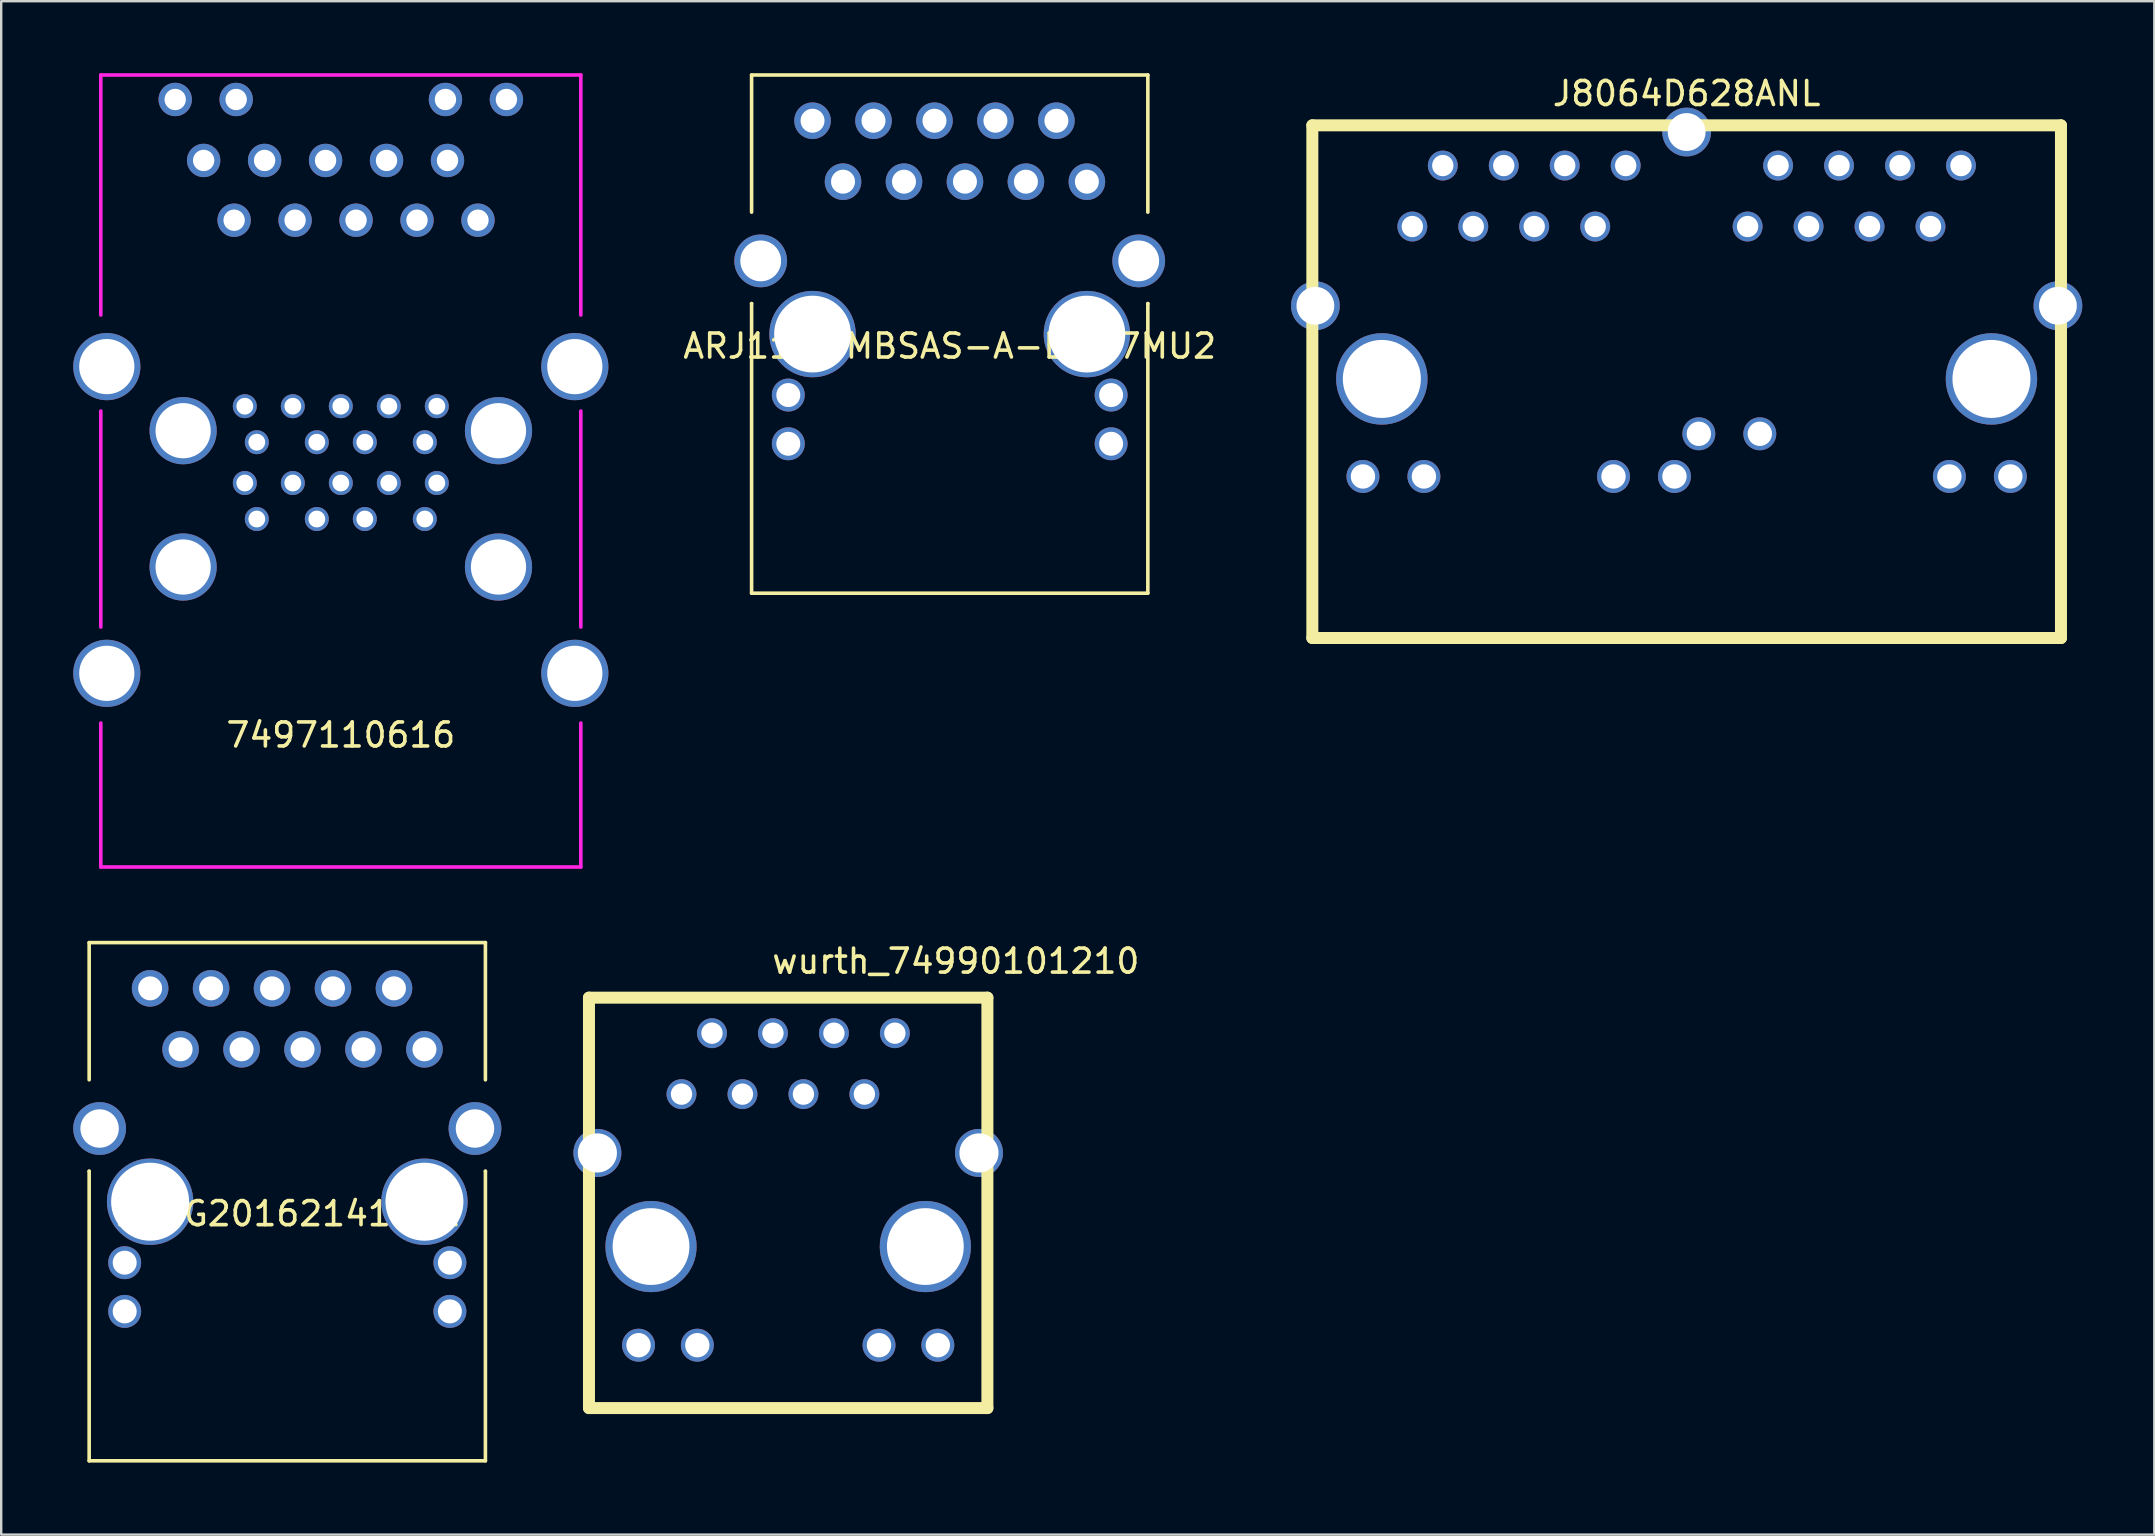
<source format=kicad_pcb>
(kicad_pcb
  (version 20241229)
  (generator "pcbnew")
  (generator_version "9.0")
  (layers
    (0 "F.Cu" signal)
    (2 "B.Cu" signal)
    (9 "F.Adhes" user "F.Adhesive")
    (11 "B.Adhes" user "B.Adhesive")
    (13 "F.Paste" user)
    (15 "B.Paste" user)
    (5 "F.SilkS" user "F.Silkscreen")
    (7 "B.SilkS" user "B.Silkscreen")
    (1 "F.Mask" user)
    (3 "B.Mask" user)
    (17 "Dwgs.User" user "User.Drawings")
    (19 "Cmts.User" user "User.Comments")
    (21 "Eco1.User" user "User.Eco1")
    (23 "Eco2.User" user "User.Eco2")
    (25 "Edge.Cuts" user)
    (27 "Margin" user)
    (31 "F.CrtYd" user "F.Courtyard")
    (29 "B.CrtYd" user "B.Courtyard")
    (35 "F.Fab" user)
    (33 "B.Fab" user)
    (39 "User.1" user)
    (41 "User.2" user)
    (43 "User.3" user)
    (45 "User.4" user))
  (footprint "RJMG20162141BER"
    (layer "F.Cu")
    (at 8.92 47.02)
    (property "Reference" "RJMG20162141BER" (at 0 0.5 0) (layer "F.SilkS") (effects (font (size 1 1) (thickness 0.15))))
    (attr through_hole)
    (fp_line (start -8.255 -5.08) (end -8.255 -10.795) (stroke (width 0.15) (type solid)) (layer "F.SilkS"))
    (fp_line (start -8.255 -1.27) (end -8.255 -1.27) (stroke (width 0.15) (type solid)) (layer "F.SilkS"))
    (fp_line (start -8.255 10.795) (end -8.255 -1.27) (stroke (width 0.15) (type solid)) (layer "F.SilkS"))
    (fp_line (start 8.255 -10.795) (end -8.255 -10.795) (stroke (width 0.15) (type solid)) (layer "F.SilkS"))
    (fp_line (start 8.255 -5.08) (end 8.255 -10.795) (stroke (width 0.15) (type solid)) (layer "F.SilkS"))
    (fp_line (start 8.255 -1.27) (end 8.255 -1.27) (stroke (width 0.15) (type solid)) (layer "F.SilkS"))
    (fp_line (start 8.255 10.795) (end -8.255 10.795) (stroke (width 0.15) (type solid)) (layer "F.SilkS"))
    (fp_line (start 8.255 10.795) (end 8.255 -1.27) (stroke (width 0.15) (type solid)) (layer "F.SilkS"))
    (pad "1" thru_hole circle (at -5.715 -8.89) (size 1.524 1.524) (drill 1) (layers "*.Cu" "*.Mask"))
    (pad "2" thru_hole circle (at -4.445 -6.35) (size 1.524 1.524) (drill 1) (layers "*.Cu" "*.Mask"))
    (pad "3" thru_hole circle (at -3.175 -8.89) (size 1.524 1.524) (drill 1) (layers "*.Cu" "*.Mask"))
    (pad "4" thru_hole circle (at -1.905 -6.35) (size 1.524 1.524) (drill 1) (layers "*.Cu" "*.Mask"))
    (pad "5" thru_hole circle (at -0.635 -8.89) (size 1.524 1.524) (drill 1) (layers "*.Cu" "*.Mask"))
    (pad "6" thru_hole circle (at 0.635 -6.35) (size 1.524 1.524) (drill 1) (layers "*.Cu" "*.Mask"))
    (pad "7" thru_hole circle (at 1.905 -8.89) (size 1.524 1.524) (drill 1) (layers "*.Cu" "*.Mask"))
    (pad "8" thru_hole circle (at 3.175 -6.35) (size 1.524 1.524) (drill 1) (layers "*.Cu" "*.Mask"))
    (pad "9" thru_hole circle (at 4.445 -8.89) (size 1.524 1.524) (drill 1) (layers "*.Cu" "*.Mask"))
    (pad "10" thru_hole circle (at 5.715 -6.35) (size 1.524 1.524) (drill 1) (layers "*.Cu" "*.Mask"))
    (pad "11" thru_hole circle (at -6.775 2.54) (size 1.372 1.372) (drill 1) (layers "*.Cu" "*.Mask"))
    (pad "12" thru_hole circle (at -6.775 4.57) (size 1.372 1.372) (drill 1) (layers "*.Cu" "*.Mask"))
    (pad "13" thru_hole circle (at 6.775 2.54) (size 1.372 1.372) (drill 1) (layers "*.Cu" "*.Mask"))
    (pad "14" thru_hole circle (at 6.775 4.57) (size 1.372 1.372) (drill 1) (layers "*.Cu" "*.Mask"))
    (pad "MNT" thru_hole circle (at -5.715 0) (size 3.6 3.6) (drill 3.25) (layers "*.Cu" "*.Mask"))
    (pad "MNT" thru_hole circle (at 5.715 0) (size 3.6 3.6) (drill 3.25) (layers "*.Cu" "*.Mask"))
    (pad "SHLD" thru_hole circle (at -7.82 -3.05) (size 2.2 2.2) (drill 1.6) (layers "*.Cu" "*.Mask"))
    (pad "SHLD" thru_hole circle (at 7.82 -3.05) (size 2.2 2.2) (drill 1.6) (layers "*.Cu" "*.Mask")))
  (footprint "ARJ11C-MBSAS-A-BA-7MU2"
    (layer "F.Cu")
    (at 36.52 10.87)
    (property "Reference" "ARJ11C-MBSAS-A-BA-7MU2" (at 0 0.5 0) (layer "F.SilkS") (effects (font (size 1 1) (thickness 0.15))))
    (attr through_hole)
    (fp_line (start -8.255 -5.08) (end -8.255 -10.795) (stroke (width 0.15) (type solid)) (layer "F.SilkS"))
    (fp_line (start -8.255 -1.27) (end -8.255 -1.27) (stroke (width 0.15) (type solid)) (layer "F.SilkS"))
    (fp_line (start -8.255 10.795) (end -8.255 -1.27) (stroke (width 0.15) (type solid)) (layer "F.SilkS"))
    (fp_line (start 8.255 -10.795) (end -8.255 -10.795) (stroke (width 0.15) (type solid)) (layer "F.SilkS"))
    (fp_line (start 8.255 -5.08) (end 8.255 -10.795) (stroke (width 0.15) (type solid)) (layer "F.SilkS"))
    (fp_line (start 8.255 -1.27) (end 8.255 -1.27) (stroke (width 0.15) (type solid)) (layer "F.SilkS"))
    (fp_line (start 8.255 10.795) (end -8.255 10.795) (stroke (width 0.15) (type solid)) (layer "F.SilkS"))
    (fp_line (start 8.255 10.795) (end 8.255 -1.27) (stroke (width 0.15) (type solid)) (layer "F.SilkS"))
    (pad "1" thru_hole circle (at 5.715 -6.35) (size 1.524 1.524) (drill 1) (layers "*.Cu" "*.Mask"))
    (pad "2" thru_hole circle (at 4.445 -8.89) (size 1.524 1.524) (drill 1) (layers "*.Cu" "*.Mask"))
    (pad "3" thru_hole circle (at 3.175 -6.35) (size 1.524 1.524) (drill 1) (layers "*.Cu" "*.Mask"))
    (pad "4" thru_hole circle (at 1.905 -8.89) (size 1.524 1.524) (drill 1) (layers "*.Cu" "*.Mask"))
    (pad "5" thru_hole circle (at 0.635 -6.35) (size 1.524 1.524) (drill 1) (layers "*.Cu" "*.Mask"))
    (pad "6" thru_hole circle (at -0.635 -8.89) (size 1.524 1.524) (drill 1) (layers "*.Cu" "*.Mask"))
    (pad "7" thru_hole circle (at -1.905 -6.35) (size 1.524 1.524) (drill 1) (layers "*.Cu" "*.Mask"))
    (pad "8" thru_hole circle (at -3.175 -8.89) (size 1.524 1.524) (drill 1) (layers "*.Cu" "*.Mask"))
    (pad "9" thru_hole circle (at -4.445 -6.35) (size 1.524 1.524) (drill 1) (layers "*.Cu" "*.Mask"))
    (pad "10" thru_hole circle (at -5.715 -8.89) (size 1.524 1.524) (drill 1) (layers "*.Cu" "*.Mask"))
    (pad "11" thru_hole circle (at 6.725 2.54) (size 1.372 1.372) (drill 1) (layers "*.Cu" "*.Mask"))
    (pad "12" thru_hole circle (at 6.725 4.57) (size 1.372 1.372) (drill 1) (layers "*.Cu" "*.Mask"))
    (pad "13" thru_hole circle (at -6.725 2.54) (size 1.372 1.372) (drill 1) (layers "*.Cu" "*.Mask"))
    (pad "14" thru_hole circle (at -6.725 4.57) (size 1.372 1.372) (drill 1) (layers "*.Cu" "*.Mask"))
    (pad "MNT" thru_hole circle (at -5.715 0) (size 3.6 3.6) (drill 3.2) (layers "*.Cu" "*.Mask"))
    (pad "MNT" thru_hole circle (at 5.715 0) (size 3.6 3.6) (drill 3.2) (layers "*.Cu" "*.Mask"))
    (pad "SHLD" thru_hole circle (at -7.875 -3.05) (size 2.2 2.2) (drill 1.7) (layers "*.Cu" "*.Mask"))
    (pad "SHLD" thru_hole circle (at 7.875 -3.05) (size 2.2 2.2) (drill 1.7) (layers "*.Cu" "*.Mask")))
  (footprint "J8064D628ANL"
    (layer "F.Cu")
    (at 67.225 3.848)
    (property "Reference" "J8064D628ANL" (at 0 -3 0) (layer "F.SilkS") (effects (font (size 1 1) (thickness 0.15))))
    (attr through_hole)
    (fp_line (start -15.596 -1.676) (end 15.596 -1.676) (stroke (width 0.5) (type solid)) (layer "F.SilkS"))
    (fp_line (start -15.596 19.685) (end -15.596 -1.676) (stroke (width 0.5) (type solid)) (layer "F.SilkS"))
    (fp_line (start 15.596 -1.676) (end 15.596 19.685) (stroke (width 0.5) (type solid)) (layer "F.SilkS"))
    (fp_line (start 15.596 19.685) (end -15.596 19.685) (stroke (width 0.5) (type solid)) (layer "F.SilkS"))
    (pad "1A" thru_hole circle (at -11.43 2.54) (size 1.245 1.245) (drill 0.889) (layers "*.Cu" "*.Mask"))
    (pad "1B" thru_hole circle (at 2.54 2.54) (size 1.245 1.245) (drill 0.889) (layers "*.Cu" "*.Mask"))
    (pad "2A" thru_hole circle (at -10.16 0) (size 1.245 1.245) (drill 0.889) (layers "*.Cu" "*.Mask"))
    (pad "2B" thru_hole circle (at 3.81 0) (size 1.245 1.245) (drill 0.889) (layers "*.Cu" "*.Mask"))
    (pad "3A" thru_hole circle (at -8.89 2.54) (size 1.245 1.245) (drill 0.889) (layers "*.Cu" "*.Mask"))
    (pad "3B" thru_hole circle (at 5.08 2.54) (size 1.245 1.245) (drill 0.889) (layers "*.Cu" "*.Mask"))
    (pad "4A" thru_hole circle (at -7.62 0) (size 1.245 1.245) (drill 0.889) (layers "*.Cu" "*.Mask"))
    (pad "4B" thru_hole circle (at 6.35 0) (size 1.245 1.245) (drill 0.889) (layers "*.Cu" "*.Mask"))
    (pad "5A" thru_hole circle (at -6.35 2.54) (size 1.245 1.245) (drill 0.889) (layers "*.Cu" "*.Mask"))
    (pad "5B" thru_hole circle (at 7.62 2.54) (size 1.245 1.245) (drill 0.889) (layers "*.Cu" "*.Mask"))
    (pad "6A" thru_hole circle (at -5.08 0) (size 1.245 1.245) (drill 0.889) (layers "*.Cu" "*.Mask"))
    (pad "6B" thru_hole circle (at 8.89 0) (size 1.245 1.245) (drill 0.889) (layers "*.Cu" "*.Mask"))
    (pad "7A" thru_hole circle (at -3.81 2.54) (size 1.245 1.245) (drill 0.889) (layers "*.Cu" "*.Mask"))
    (pad "7B" thru_hole circle (at 10.16 2.54) (size 1.245 1.245) (drill 0.889) (layers "*.Cu" "*.Mask"))
    (pad "8A" thru_hole circle (at -2.54 0) (size 1.245 1.245) (drill 0.889) (layers "*.Cu" "*.Mask"))
    (pad "8B" thru_hole circle (at 11.43 0) (size 1.245 1.245) (drill 0.889) (layers "*.Cu" "*.Mask"))
    (pad "9A" thru_hole circle (at -13.487 12.954) (size 1.372 1.372) (drill 1.016) (layers "*.Cu" "*.Mask"))
    (pad "9B" thru_hole circle (at 0.508 11.176) (size 1.372 1.372) (drill 1.016) (layers "*.Cu" "*.Mask"))
    (pad "10A" thru_hole circle (at -10.947 12.954) (size 1.372 1.372) (drill 1.016) (layers "*.Cu" "*.Mask"))
    (pad "10B" thru_hole circle (at 3.048 11.176) (size 1.372 1.372) (drill 1.016) (layers "*.Cu" "*.Mask"))
    (pad "11A" thru_hole circle (at -3.048 12.954) (size 1.372 1.372) (drill 1.016) (layers "*.Cu" "*.Mask"))
    (pad "11B" thru_hole circle (at 10.947 12.954) (size 1.372 1.372) (drill 1.016) (layers "*.Cu" "*.Mask"))
    (pad "12A" thru_hole circle (at -0.508 12.954) (size 1.372 1.372) (drill 1.016) (layers "*.Cu" "*.Mask"))
    (pad "12B" thru_hole circle (at 13.487 12.954) (size 1.372 1.372) (drill 1.016) (layers "*.Cu" "*.Mask"))
    (pad "MNT" thru_hole circle (at -15.469 5.842) (size 2.032 2.032) (drill 1.575) (layers "*.Cu" "*.Mask"))
    (pad "MNT" thru_hole circle (at -12.7 8.89) (size 3.81 3.81) (drill 3.251) (layers "*.Cu" "*.Mask"))
    (pad "MNT" thru_hole circle (at 0 -1.397) (size 2.032 2.032) (drill 1.575) (layers "*.Cu" "*.Mask"))
    (pad "MNT" thru_hole circle (at 12.7 8.89) (size 3.81 3.81) (drill 3.251) (layers "*.Cu" "*.Mask"))
    (pad "MNT" thru_hole circle (at 15.469 5.842) (size 2.032 2.032) (drill 1.575) (layers "*.Cu" "*.Mask")))
  (footprint "7497110616"
    (layer "F.Cu")
    (at 11.15 20.575)
    (property "Reference" "7497110616" (at 0 7 0) (layer "F.SilkS") (effects (font (size 1 1) (thickness 0.15))))
    (attr through_hole)
    (fp_line (start -10 -20.5) (end -10 -10.5) (stroke (width 0.15) (type solid)) (layer "F.CrtYd"))
    (fp_line (start -10 -6.5) (end -10 2.5) (stroke (width 0.15) (type solid)) (layer "F.CrtYd"))
    (fp_line (start -10 12.5) (end -10 6.5) (stroke (width 0.15) (type solid)) (layer "F.CrtYd"))
    (fp_line (start 10 -20.5) (end -10 -20.5) (stroke (width 0.15) (type solid)) (layer "F.CrtYd"))
    (fp_line (start 10 -10.5) (end 10 -20.5) (stroke (width 0.15) (type solid)) (layer "F.CrtYd"))
    (fp_line (start 10 2.5) (end 10 -6.5) (stroke (width 0.15) (type solid)) (layer "F.CrtYd"))
    (fp_line (start 10 12.5) (end -10 12.5) (stroke (width 0.15) (type solid)) (layer "F.CrtYd"))
    (fp_line (start 10 12.5) (end 10 6.5) (stroke (width 0.15) (type solid)) (layer "F.CrtYd"))
    (pad "1" thru_hole circle (at 5.715 -14.45) (size 1.39 1.39) (drill 0.89) (layers "*.Cu" "*.Mask"))
    (pad "2" thru_hole circle (at 4.445 -16.94) (size 1.39 1.39) (drill 0.89) (layers "*.Cu" "*.Mask"))
    (pad "3" thru_hole circle (at 3.175 -14.45) (size 1.39 1.39) (drill 0.89) (layers "*.Cu" "*.Mask"))
    (pad "4" thru_hole circle (at 1.905 -16.94) (size 1.39 1.39) (drill 0.89) (layers "*.Cu" "*.Mask"))
    (pad "5" thru_hole circle (at 0.635 -14.45) (size 1.39 1.39) (drill 0.89) (layers "*.Cu" "*.Mask"))
    (pad "6" thru_hole circle (at -0.635 -16.94) (size 1.39 1.39) (drill 0.89) (layers "*.Cu" "*.Mask"))
    (pad "7" thru_hole circle (at -1.905 -14.45) (size 1.39 1.39) (drill 0.89) (layers "*.Cu" "*.Mask"))
    (pad "8" thru_hole circle (at -3.175 -16.94) (size 1.39 1.39) (drill 0.89) (layers "*.Cu" "*.Mask"))
    (pad "9" thru_hole circle (at -4.445 -14.45) (size 1.39 1.39) (drill 0.89) (layers "*.Cu" "*.Mask"))
    (pad "10" thru_hole circle (at -5.715 -16.94) (size 1.39 1.39) (drill 0.89) (layers "*.Cu" "*.Mask"))
    (pad "11" thru_hole circle (at 6.9 -19.48) (size 1.39 1.39) (drill 0.89) (layers "*.Cu" "*.Mask"))
    (pad "12" thru_hole circle (at 4.36 -19.48) (size 1.39 1.39) (drill 0.89) (layers "*.Cu" "*.Mask"))
    (pad "13" thru_hole circle (at -4.36 -19.48) (size 1.39 1.39) (drill 0.89) (layers "*.Cu" "*.Mask"))
    (pad "14" thru_hole circle (at -6.9 -19.48) (size 1.39 1.39) (drill 0.89) (layers "*.Cu" "*.Mask"))
    (pad "SHLD" thru_hole circle (at -9.75 -8.35) (size 2.8 2.8) (drill 2.3) (layers "*.Cu" "*.Mask"))
    (pad "SHLD" thru_hole circle (at -9.75 4.43) (size 2.8 2.8) (drill 2.3) (layers "*.Cu" "*.Mask"))
    (pad "SHLD" thru_hole circle (at -6.57 -5.68) (size 2.8 2.8) (drill 2.3) (layers "*.Cu" "*.Mask"))
    (pad "SHLD" thru_hole circle (at -6.57 0) (size 2.8 2.8) (drill 2.3) (layers "*.Cu" "*.Mask"))
    (pad "SHLD" thru_hole circle (at 6.57 -5.68) (size 2.8 2.8) (drill 2.3) (layers "*.Cu" "*.Mask"))
    (pad "SHLD" thru_hole circle (at 6.57 0) (size 2.8 2.8) (drill 2.3) (layers "*.Cu" "*.Mask"))
    (pad "SHLD" thru_hole circle (at 9.75 -8.35) (size 2.8 2.8) (drill 2.3) (layers "*.Cu" "*.Mask"))
    (pad "SHLD" thru_hole circle (at 9.75 4.43) (size 2.8 2.8) (drill 2.3) (layers "*.Cu" "*.Mask"))
    (pad "U1" thru_hole circle (at -3.5 -2) (size 1 1) (drill 0.7) (layers "*.Cu" "*.Mask"))
    (pad "U2" thru_hole circle (at -1 -2) (size 1 1) (drill 0.7) (layers "*.Cu" "*.Mask"))
    (pad "U3" thru_hole circle (at 1 -2) (size 1 1) (drill 0.7) (layers "*.Cu" "*.Mask"))
    (pad "U4" thru_hole circle (at 3.5 -2) (size 1 1) (drill 0.7) (layers "*.Cu" "*.Mask"))
    (pad "U5" thru_hole circle (at 4 -3.5) (size 1 1) (drill 0.7) (layers "*.Cu" "*.Mask"))
    (pad "U6" thru_hole circle (at 2 -3.5) (size 1 1) (drill 0.7) (layers "*.Cu" "*.Mask"))
    (pad "U7" thru_hole circle (at 0 -3.5) (size 1 1) (drill 0.7) (layers "*.Cu" "*.Mask"))
    (pad "U8" thru_hole circle (at -2 -3.5) (size 1 1) (drill 0.7) (layers "*.Cu" "*.Mask"))
    (pad "U9" thru_hole circle (at -4 -3.5) (size 1 1) (drill 0.7) (layers "*.Cu" "*.Mask"))
    (pad "U10" thru_hole circle (at -3.5 -5.2) (size 1 1) (drill 0.7) (layers "*.Cu" "*.Mask"))
    (pad "U11" thru_hole circle (at -1 -5.2) (size 1 1) (drill 0.7) (layers "*.Cu" "*.Mask"))
    (pad "U12" thru_hole circle (at 1 -5.2) (size 1 1) (drill 0.7) (layers "*.Cu" "*.Mask"))
    (pad "U13" thru_hole circle (at 3.5 -5.2) (size 1 1) (drill 0.7) (layers "*.Cu" "*.Mask"))
    (pad "U14" thru_hole circle (at 4 -6.7) (size 1 1) (drill 0.7) (layers "*.Cu" "*.Mask"))
    (pad "U15" thru_hole circle (at 2 -6.7) (size 1 1) (drill 0.7) (layers "*.Cu" "*.Mask"))
    (pad "U16" thru_hole circle (at 0 -6.7) (size 1 1) (drill 0.7) (layers "*.Cu" "*.Mask"))
    (pad "U17" thru_hole circle (at -2 -6.7) (size 1 1) (drill 0.7) (layers "*.Cu" "*.Mask"))
    (pad "U18" thru_hole circle (at -4 -6.7) (size 1 1) (drill 0.7) (layers "*.Cu" "*.Mask")))
  (footprint "wurth_74990101210"
    (layer "F.Cu")
    (at 29.79 48.888)
    (property "Reference" "wurth_74990101210" (at 6.985 -11.89 0) (layer "F.SilkS") (effects (font (size 1 1) (thickness 0.15))))
    (attr through_hole)
    (fp_line (start -8.3 -10.37) (end 8.3 -10.37) (stroke (width 0.5) (type solid)) (layer "F.SilkS"))
    (fp_line (start -8.3 6.73) (end -8.3 -10.37) (stroke (width 0.5) (type solid)) (layer "F.SilkS"))
    (fp_line (start 8.3 -10.37) (end 8.3 6.73) (stroke (width 0.5) (type solid)) (layer "F.SilkS"))
    (fp_line (start 8.3 6.73) (end -8.3 6.73) (stroke (width 0.5) (type solid)) (layer "F.SilkS"))
    (pad "1" thru_hole circle (at -4.445 -6.35) (size 1.245 1.245) (drill 0.889) (layers "*.Cu" "*.Mask"))
    (pad "2" thru_hole circle (at -3.175 -8.89) (size 1.245 1.245) (drill 0.889) (layers "*.Cu" "*.Mask"))
    (pad "3" thru_hole circle (at -1.905 -6.35) (size 1.245 1.245) (drill 0.889) (layers "*.Cu" "*.Mask"))
    (pad "4" thru_hole circle (at -0.635 -8.89) (size 1.245 1.245) (drill 0.889) (layers "*.Cu" "*.Mask"))
    (pad "5" thru_hole circle (at 0.635 -6.35) (size 1.245 1.245) (drill 0.889) (layers "*.Cu" "*.Mask"))
    (pad "6" thru_hole circle (at 1.905 -8.89) (size 1.245 1.245) (drill 0.889) (layers "*.Cu" "*.Mask"))
    (pad "7" thru_hole circle (at 3.175 -6.35) (size 1.245 1.245) (drill 0.889) (layers "*.Cu" "*.Mask"))
    (pad "8" thru_hole circle (at 4.445 -8.89) (size 1.245 1.245) (drill 0.889) (layers "*.Cu" "*.Mask"))
    (pad "9" thru_hole circle (at -6.235 4.11) (size 1.372 1.372) (drill 1.016) (layers "*.Cu" "*.Mask"))
    (pad "10" thru_hole circle (at -3.785 4.11) (size 1.372 1.372) (drill 1.016) (layers "*.Cu" "*.Mask"))
    (pad "11" thru_hole circle (at 3.785 4.11) (size 1.372 1.372) (drill 1.016) (layers "*.Cu" "*.Mask"))
    (pad "12" thru_hole circle (at 6.235 4.11) (size 1.372 1.372) (drill 1.016) (layers "*.Cu" "*.Mask"))
    (pad "MNT" thru_hole circle (at -7.95 -3.9) (size 2 2) (drill 1.63) (layers "*.Cu" "*.Mask"))
    (pad "MNT" thru_hole circle (at -5.715 0) (size 3.8 3.8) (drill 3.2) (layers "*.Cu" "*.Mask"))
    (pad "MNT" thru_hole circle (at 5.715 0) (size 3.8 3.8) (drill 3.2) (layers "*.Cu" "*.Mask"))
    (pad "MNT" thru_hole circle (at 7.95 -3.9) (size 2 2) (drill 1.63) (layers "*.Cu" "*.Mask")))
  (gr_rect
    (start -3 -3)
    (end 86.71 60.89)
    (stroke (width 0.1) (type default))
    (fill no)
    (layer "Edge.Cuts")))
</source>
